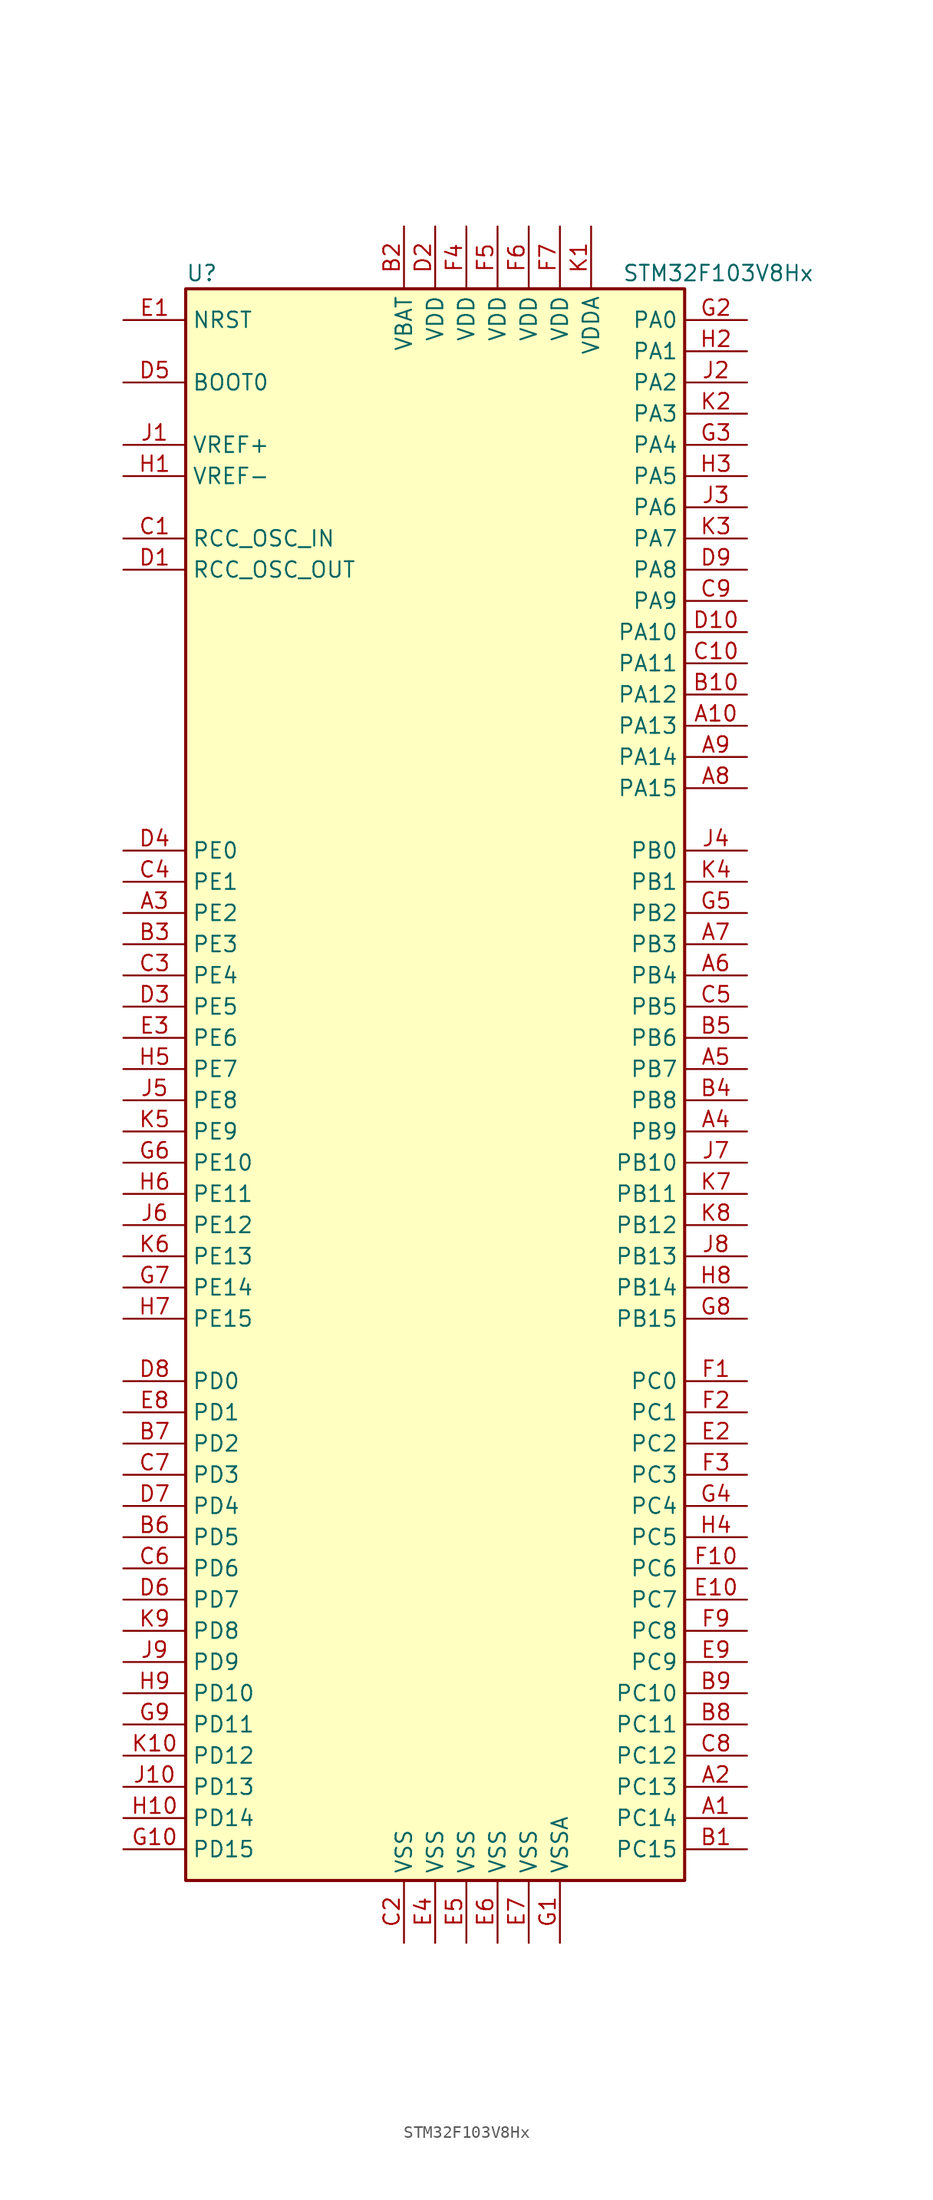
<source format=kicad_sym>
(kicad_symbol_lib
  (version 20201005)
  (generator kicad_symbol_editor)
  (symbol "MCU_ST_STM32F1:STM32F103V8Hx"
    (property "Reference" "U"
      (at -20.32 64.77 0)
      (effects (font (size 1.27 1.27)) (justify left)))
    (property "Value" "STM32F103V8Hx"
      (at 15.24 64.77 0)
      (effects (font (size 1.27 1.27)) (justify left)))
    (symbol "STM32F103V8Hx_0_1"
      (rectangle (start -20.32 -66.04) (end 20.32 63.5) (stroke (width 0.254)) (fill (type background))))
    (symbol "STM32F103V8Hx_1_1"
      (pin input line (at -25.4 55.88 0) (length 5.08) (name "BOOT0" (effects (font (size 1.27 1.27)))) (number "D5" (effects (font (size 1.27 1.27)))))
      (pin no_connect line (at -20.32 -63.5 0) (length 5.08) hide (name "NC" (effects (font (size 1.27 1.27)))) (number "F8" (effects (font (size 1.27 1.27)))))
      (pin input line (at -25.4 60.96 0) (length 5.08) (name "NRST" (effects (font (size 1.27 1.27)))) (number "E1" (effects (font (size 1.27 1.27)))))
      (pin bidirectional line (at 25.4 60.96 180) (length 5.08) (name "PA0" (effects (font (size 1.27 1.27)))) (number "G2" (effects (font (size 1.27 1.27)))))
      (pin bidirectional line (at 25.4 58.42 180) (length 5.08) (name "PA1" (effects (font (size 1.27 1.27)))) (number "H2" (effects (font (size 1.27 1.27)))))
      (pin bidirectional line (at 25.4 35.56 180) (length 5.08) (name "PA10" (effects (font (size 1.27 1.27)))) (number "D10" (effects (font (size 1.27 1.27)))))
      (pin bidirectional line (at 25.4 33.02 180) (length 5.08) (name "PA11" (effects (font (size 1.27 1.27)))) (number "C10" (effects (font (size 1.27 1.27)))))
      (pin bidirectional line (at 25.4 30.48 180) (length 5.08) (name "PA12" (effects (font (size 1.27 1.27)))) (number "B10" (effects (font (size 1.27 1.27)))))
      (pin bidirectional line (at 25.4 27.94 180) (length 5.08) (name "PA13" (effects (font (size 1.27 1.27)))) (number "A10" (effects (font (size 1.27 1.27)))))
      (pin bidirectional line (at 25.4 25.4 180) (length 5.08) (name "PA14" (effects (font (size 1.27 1.27)))) (number "A9" (effects (font (size 1.27 1.27)))))
      (pin bidirectional line (at 25.4 22.86 180) (length 5.08) (name "PA15" (effects (font (size 1.27 1.27)))) (number "A8" (effects (font (size 1.27 1.27)))))
      (pin bidirectional line (at 25.4 55.88 180) (length 5.08) (name "PA2" (effects (font (size 1.27 1.27)))) (number "J2" (effects (font (size 1.27 1.27)))))
      (pin bidirectional line (at 25.4 53.34 180) (length 5.08) (name "PA3" (effects (font (size 1.27 1.27)))) (number "K2" (effects (font (size 1.27 1.27)))))
      (pin bidirectional line (at 25.4 50.8 180) (length 5.08) (name "PA4" (effects (font (size 1.27 1.27)))) (number "G3" (effects (font (size 1.27 1.27)))))
      (pin bidirectional line (at 25.4 48.26 180) (length 5.08) (name "PA5" (effects (font (size 1.27 1.27)))) (number "H3" (effects (font (size 1.27 1.27)))))
      (pin bidirectional line (at 25.4 45.72 180) (length 5.08) (name "PA6" (effects (font (size 1.27 1.27)))) (number "J3" (effects (font (size 1.27 1.27)))))
      (pin bidirectional line (at 25.4 43.18 180) (length 5.08) (name "PA7" (effects (font (size 1.27 1.27)))) (number "K3" (effects (font (size 1.27 1.27)))))
      (pin bidirectional line (at 25.4 40.64 180) (length 5.08) (name "PA8" (effects (font (size 1.27 1.27)))) (number "D9" (effects (font (size 1.27 1.27)))))
      (pin bidirectional line (at 25.4 38.1 180) (length 5.08) (name "PA9" (effects (font (size 1.27 1.27)))) (number "C9" (effects (font (size 1.27 1.27)))))
      (pin bidirectional line (at 25.4 17.78 180) (length 5.08) (name "PB0" (effects (font (size 1.27 1.27)))) (number "J4" (effects (font (size 1.27 1.27)))))
      (pin bidirectional line (at 25.4 15.24 180) (length 5.08) (name "PB1" (effects (font (size 1.27 1.27)))) (number "K4" (effects (font (size 1.27 1.27)))))
      (pin bidirectional line (at 25.4 -7.62 180) (length 5.08) (name "PB10" (effects (font (size 1.27 1.27)))) (number "J7" (effects (font (size 1.27 1.27)))))
      (pin bidirectional line (at 25.4 -10.16 180) (length 5.08) (name "PB11" (effects (font (size 1.27 1.27)))) (number "K7" (effects (font (size 1.27 1.27)))))
      (pin bidirectional line (at 25.4 -12.7 180) (length 5.08) (name "PB12" (effects (font (size 1.27 1.27)))) (number "K8" (effects (font (size 1.27 1.27)))))
      (pin bidirectional line (at 25.4 -15.24 180) (length 5.08) (name "PB13" (effects (font (size 1.27 1.27)))) (number "J8" (effects (font (size 1.27 1.27)))))
      (pin bidirectional line (at 25.4 -17.78 180) (length 5.08) (name "PB14" (effects (font (size 1.27 1.27)))) (number "H8" (effects (font (size 1.27 1.27)))))
      (pin bidirectional line (at 25.4 -20.32 180) (length 5.08) (name "PB15" (effects (font (size 1.27 1.27)))) (number "G8" (effects (font (size 1.27 1.27)))))
      (pin bidirectional line (at 25.4 12.7 180) (length 5.08) (name "PB2" (effects (font (size 1.27 1.27)))) (number "G5" (effects (font (size 1.27 1.27)))))
      (pin bidirectional line (at 25.4 10.16 180) (length 5.08) (name "PB3" (effects (font (size 1.27 1.27)))) (number "A7" (effects (font (size 1.27 1.27)))))
      (pin bidirectional line (at 25.4 7.62 180) (length 5.08) (name "PB4" (effects (font (size 1.27 1.27)))) (number "A6" (effects (font (size 1.27 1.27)))))
      (pin bidirectional line (at 25.4 5.08 180) (length 5.08) (name "PB5" (effects (font (size 1.27 1.27)))) (number "C5" (effects (font (size 1.27 1.27)))))
      (pin bidirectional line (at 25.4 2.54 180) (length 5.08) (name "PB6" (effects (font (size 1.27 1.27)))) (number "B5" (effects (font (size 1.27 1.27)))))
      (pin bidirectional line (at 25.4 0 180) (length 5.08) (name "PB7" (effects (font (size 1.27 1.27)))) (number "A5" (effects (font (size 1.27 1.27)))))
      (pin bidirectional line (at 25.4 -2.54 180) (length 5.08) (name "PB8" (effects (font (size 1.27 1.27)))) (number "B4" (effects (font (size 1.27 1.27)))))
      (pin bidirectional line (at 25.4 -5.08 180) (length 5.08) (name "PB9" (effects (font (size 1.27 1.27)))) (number "A4" (effects (font (size 1.27 1.27)))))
      (pin bidirectional line (at 25.4 -25.4 180) (length 5.08) (name "PC0" (effects (font (size 1.27 1.27)))) (number "F1" (effects (font (size 1.27 1.27)))))
      (pin bidirectional line (at 25.4 -27.94 180) (length 5.08) (name "PC1" (effects (font (size 1.27 1.27)))) (number "F2" (effects (font (size 1.27 1.27)))))
      (pin bidirectional line (at 25.4 -50.8 180) (length 5.08) (name "PC10" (effects (font (size 1.27 1.27)))) (number "B9" (effects (font (size 1.27 1.27)))))
      (pin bidirectional line (at 25.4 -53.34 180) (length 5.08) (name "PC11" (effects (font (size 1.27 1.27)))) (number "B8" (effects (font (size 1.27 1.27)))))
      (pin bidirectional line (at 25.4 -55.88 180) (length 5.08) (name "PC12" (effects (font (size 1.27 1.27)))) (number "C8" (effects (font (size 1.27 1.27)))))
      (pin bidirectional line (at 25.4 -58.42 180) (length 5.08) (name "PC13" (effects (font (size 1.27 1.27)))) (number "A2" (effects (font (size 1.27 1.27)))))
      (pin bidirectional line (at 25.4 -60.96 180) (length 5.08) (name "PC14" (effects (font (size 1.27 1.27)))) (number "A1" (effects (font (size 1.27 1.27)))))
      (pin bidirectional line (at 25.4 -63.5 180) (length 5.08) (name "PC15" (effects (font (size 1.27 1.27)))) (number "B1" (effects (font (size 1.27 1.27)))))
      (pin bidirectional line (at 25.4 -30.48 180) (length 5.08) (name "PC2" (effects (font (size 1.27 1.27)))) (number "E2" (effects (font (size 1.27 1.27)))))
      (pin bidirectional line (at 25.4 -33.02 180) (length 5.08) (name "PC3" (effects (font (size 1.27 1.27)))) (number "F3" (effects (font (size 1.27 1.27)))))
      (pin bidirectional line (at 25.4 -35.56 180) (length 5.08) (name "PC4" (effects (font (size 1.27 1.27)))) (number "G4" (effects (font (size 1.27 1.27)))))
      (pin bidirectional line (at 25.4 -38.1 180) (length 5.08) (name "PC5" (effects (font (size 1.27 1.27)))) (number "H4" (effects (font (size 1.27 1.27)))))
      (pin bidirectional line (at 25.4 -40.64 180) (length 5.08) (name "PC6" (effects (font (size 1.27 1.27)))) (number "F10" (effects (font (size 1.27 1.27)))))
      (pin bidirectional line (at 25.4 -43.18 180) (length 5.08) (name "PC7" (effects (font (size 1.27 1.27)))) (number "E10" (effects (font (size 1.27 1.27)))))
      (pin bidirectional line (at 25.4 -45.72 180) (length 5.08) (name "PC8" (effects (font (size 1.27 1.27)))) (number "F9" (effects (font (size 1.27 1.27)))))
      (pin bidirectional line (at 25.4 -48.26 180) (length 5.08) (name "PC9" (effects (font (size 1.27 1.27)))) (number "E9" (effects (font (size 1.27 1.27)))))
      (pin bidirectional line (at -25.4 -25.4 0) (length 5.08) (name "PD0" (effects (font (size 1.27 1.27)))) (number "D8" (effects (font (size 1.27 1.27)))))
      (pin bidirectional line (at -25.4 -27.94 0) (length 5.08) (name "PD1" (effects (font (size 1.27 1.27)))) (number "E8" (effects (font (size 1.27 1.27)))))
      (pin bidirectional line (at -25.4 -50.8 0) (length 5.08) (name "PD10" (effects (font (size 1.27 1.27)))) (number "H9" (effects (font (size 1.27 1.27)))))
      (pin bidirectional line (at -25.4 -53.34 0) (length 5.08) (name "PD11" (effects (font (size 1.27 1.27)))) (number "G9" (effects (font (size 1.27 1.27)))))
      (pin bidirectional line (at -25.4 -55.88 0) (length 5.08) (name "PD12" (effects (font (size 1.27 1.27)))) (number "K10" (effects (font (size 1.27 1.27)))))
      (pin bidirectional line (at -25.4 -58.42 0) (length 5.08) (name "PD13" (effects (font (size 1.27 1.27)))) (number "J10" (effects (font (size 1.27 1.27)))))
      (pin bidirectional line (at -25.4 -60.96 0) (length 5.08) (name "PD14" (effects (font (size 1.27 1.27)))) (number "H10" (effects (font (size 1.27 1.27)))))
      (pin bidirectional line (at -25.4 -63.5 0) (length 5.08) (name "PD15" (effects (font (size 1.27 1.27)))) (number "G10" (effects (font (size 1.27 1.27)))))
      (pin bidirectional line (at -25.4 -30.48 0) (length 5.08) (name "PD2" (effects (font (size 1.27 1.27)))) (number "B7" (effects (font (size 1.27 1.27)))))
      (pin bidirectional line (at -25.4 -33.02 0) (length 5.08) (name "PD3" (effects (font (size 1.27 1.27)))) (number "C7" (effects (font (size 1.27 1.27)))))
      (pin bidirectional line (at -25.4 -35.56 0) (length 5.08) (name "PD4" (effects (font (size 1.27 1.27)))) (number "D7" (effects (font (size 1.27 1.27)))))
      (pin bidirectional line (at -25.4 -38.1 0) (length 5.08) (name "PD5" (effects (font (size 1.27 1.27)))) (number "B6" (effects (font (size 1.27 1.27)))))
      (pin bidirectional line (at -25.4 -40.64 0) (length 5.08) (name "PD6" (effects (font (size 1.27 1.27)))) (number "C6" (effects (font (size 1.27 1.27)))))
      (pin bidirectional line (at -25.4 -43.18 0) (length 5.08) (name "PD7" (effects (font (size 1.27 1.27)))) (number "D6" (effects (font (size 1.27 1.27)))))
      (pin bidirectional line (at -25.4 -45.72 0) (length 5.08) (name "PD8" (effects (font (size 1.27 1.27)))) (number "K9" (effects (font (size 1.27 1.27)))))
      (pin bidirectional line (at -25.4 -48.26 0) (length 5.08) (name "PD9" (effects (font (size 1.27 1.27)))) (number "J9" (effects (font (size 1.27 1.27)))))
      (pin bidirectional line (at -25.4 17.78 0) (length 5.08) (name "PE0" (effects (font (size 1.27 1.27)))) (number "D4" (effects (font (size 1.27 1.27)))))
      (pin bidirectional line (at -25.4 15.24 0) (length 5.08) (name "PE1" (effects (font (size 1.27 1.27)))) (number "C4" (effects (font (size 1.27 1.27)))))
      (pin bidirectional line (at -25.4 -7.62 0) (length 5.08) (name "PE10" (effects (font (size 1.27 1.27)))) (number "G6" (effects (font (size 1.27 1.27)))))
      (pin bidirectional line (at -25.4 -10.16 0) (length 5.08) (name "PE11" (effects (font (size 1.27 1.27)))) (number "H6" (effects (font (size 1.27 1.27)))))
      (pin bidirectional line (at -25.4 -12.7 0) (length 5.08) (name "PE12" (effects (font (size 1.27 1.27)))) (number "J6" (effects (font (size 1.27 1.27)))))
      (pin bidirectional line (at -25.4 -15.24 0) (length 5.08) (name "PE13" (effects (font (size 1.27 1.27)))) (number "K6" (effects (font (size 1.27 1.27)))))
      (pin bidirectional line (at -25.4 -17.78 0) (length 5.08) (name "PE14" (effects (font (size 1.27 1.27)))) (number "G7" (effects (font (size 1.27 1.27)))))
      (pin bidirectional line (at -25.4 -20.32 0) (length 5.08) (name "PE15" (effects (font (size 1.27 1.27)))) (number "H7" (effects (font (size 1.27 1.27)))))
      (pin bidirectional line (at -25.4 12.7 0) (length 5.08) (name "PE2" (effects (font (size 1.27 1.27)))) (number "A3" (effects (font (size 1.27 1.27)))))
      (pin bidirectional line (at -25.4 10.16 0) (length 5.08) (name "PE3" (effects (font (size 1.27 1.27)))) (number "B3" (effects (font (size 1.27 1.27)))))
      (pin bidirectional line (at -25.4 7.62 0) (length 5.08) (name "PE4" (effects (font (size 1.27 1.27)))) (number "C3" (effects (font (size 1.27 1.27)))))
      (pin bidirectional line (at -25.4 5.08 0) (length 5.08) (name "PE5" (effects (font (size 1.27 1.27)))) (number "D3" (effects (font (size 1.27 1.27)))))
      (pin bidirectional line (at -25.4 2.54 0) (length 5.08) (name "PE6" (effects (font (size 1.27 1.27)))) (number "E3" (effects (font (size 1.27 1.27)))))
      (pin bidirectional line (at -25.4 0 0) (length 5.08) (name "PE7" (effects (font (size 1.27 1.27)))) (number "H5" (effects (font (size 1.27 1.27)))))
      (pin bidirectional line (at -25.4 -2.54 0) (length 5.08) (name "PE8" (effects (font (size 1.27 1.27)))) (number "J5" (effects (font (size 1.27 1.27)))))
      (pin bidirectional line (at -25.4 -5.08 0) (length 5.08) (name "PE9" (effects (font (size 1.27 1.27)))) (number "K5" (effects (font (size 1.27 1.27)))))
      (pin input line (at -25.4 43.18 0) (length 5.08) (name "RCC_OSC_IN" (effects (font (size 1.27 1.27)))) (number "C1" (effects (font (size 1.27 1.27)))))
      (pin input line (at -25.4 40.64 0) (length 5.08) (name "RCC_OSC_OUT" (effects (font (size 1.27 1.27)))) (number "D1" (effects (font (size 1.27 1.27)))))
      (pin power_in line (at -2.54 68.58 270) (length 5.08) (name "VBAT" (effects (font (size 1.27 1.27)))) (number "B2" (effects (font (size 1.27 1.27)))))
      (pin power_in line (at 0 68.58 270) (length 5.08) (name "VDD" (effects (font (size 1.27 1.27)))) (number "D2" (effects (font (size 1.27 1.27)))))
      (pin power_in line (at 2.54 68.58 270) (length 5.08) (name "VDD" (effects (font (size 1.27 1.27)))) (number "F4" (effects (font (size 1.27 1.27)))))
      (pin power_in line (at 5.08 68.58 270) (length 5.08) (name "VDD" (effects (font (size 1.27 1.27)))) (number "F5" (effects (font (size 1.27 1.27)))))
      (pin power_in line (at 7.62 68.58 270) (length 5.08) (name "VDD" (effects (font (size 1.27 1.27)))) (number "F6" (effects (font (size 1.27 1.27)))))
      (pin power_in line (at 10.16 68.58 270) (length 5.08) (name "VDD" (effects (font (size 1.27 1.27)))) (number "F7" (effects (font (size 1.27 1.27)))))
      (pin power_in line (at 12.7 68.58 270) (length 5.08) (name "VDDA" (effects (font (size 1.27 1.27)))) (number "K1" (effects (font (size 1.27 1.27)))))
      (pin power_in line (at -25.4 50.8 0) (length 5.08) (name "VREF+" (effects (font (size 1.27 1.27)))) (number "J1" (effects (font (size 1.27 1.27)))))
      (pin power_in line (at -25.4 48.26 0) (length 5.08) (name "VREF-" (effects (font (size 1.27 1.27)))) (number "H1" (effects (font (size 1.27 1.27)))))
      (pin power_in line (at -2.54 -71.12 90) (length 5.08) (name "VSS" (effects (font (size 1.27 1.27)))) (number "C2" (effects (font (size 1.27 1.27)))))
      (pin power_in line (at 0 -71.12 90) (length 5.08) (name "VSS" (effects (font (size 1.27 1.27)))) (number "E4" (effects (font (size 1.27 1.27)))))
      (pin power_in line (at 2.54 -71.12 90) (length 5.08) (name "VSS" (effects (font (size 1.27 1.27)))) (number "E5" (effects (font (size 1.27 1.27)))))
      (pin power_in line (at 5.08 -71.12 90) (length 5.08) (name "VSS" (effects (font (size 1.27 1.27)))) (number "E6" (effects (font (size 1.27 1.27)))))
      (pin power_in line (at 7.62 -71.12 90) (length 5.08) (name "VSS" (effects (font (size 1.27 1.27)))) (number "E7" (effects (font (size 1.27 1.27)))))
      (pin power_in line (at 10.16 -71.12 90) (length 5.08) (name "VSSA" (effects (font (size 1.27 1.27)))) (number "G1" (effects (font (size 1.27 1.27))))))))
</source>
